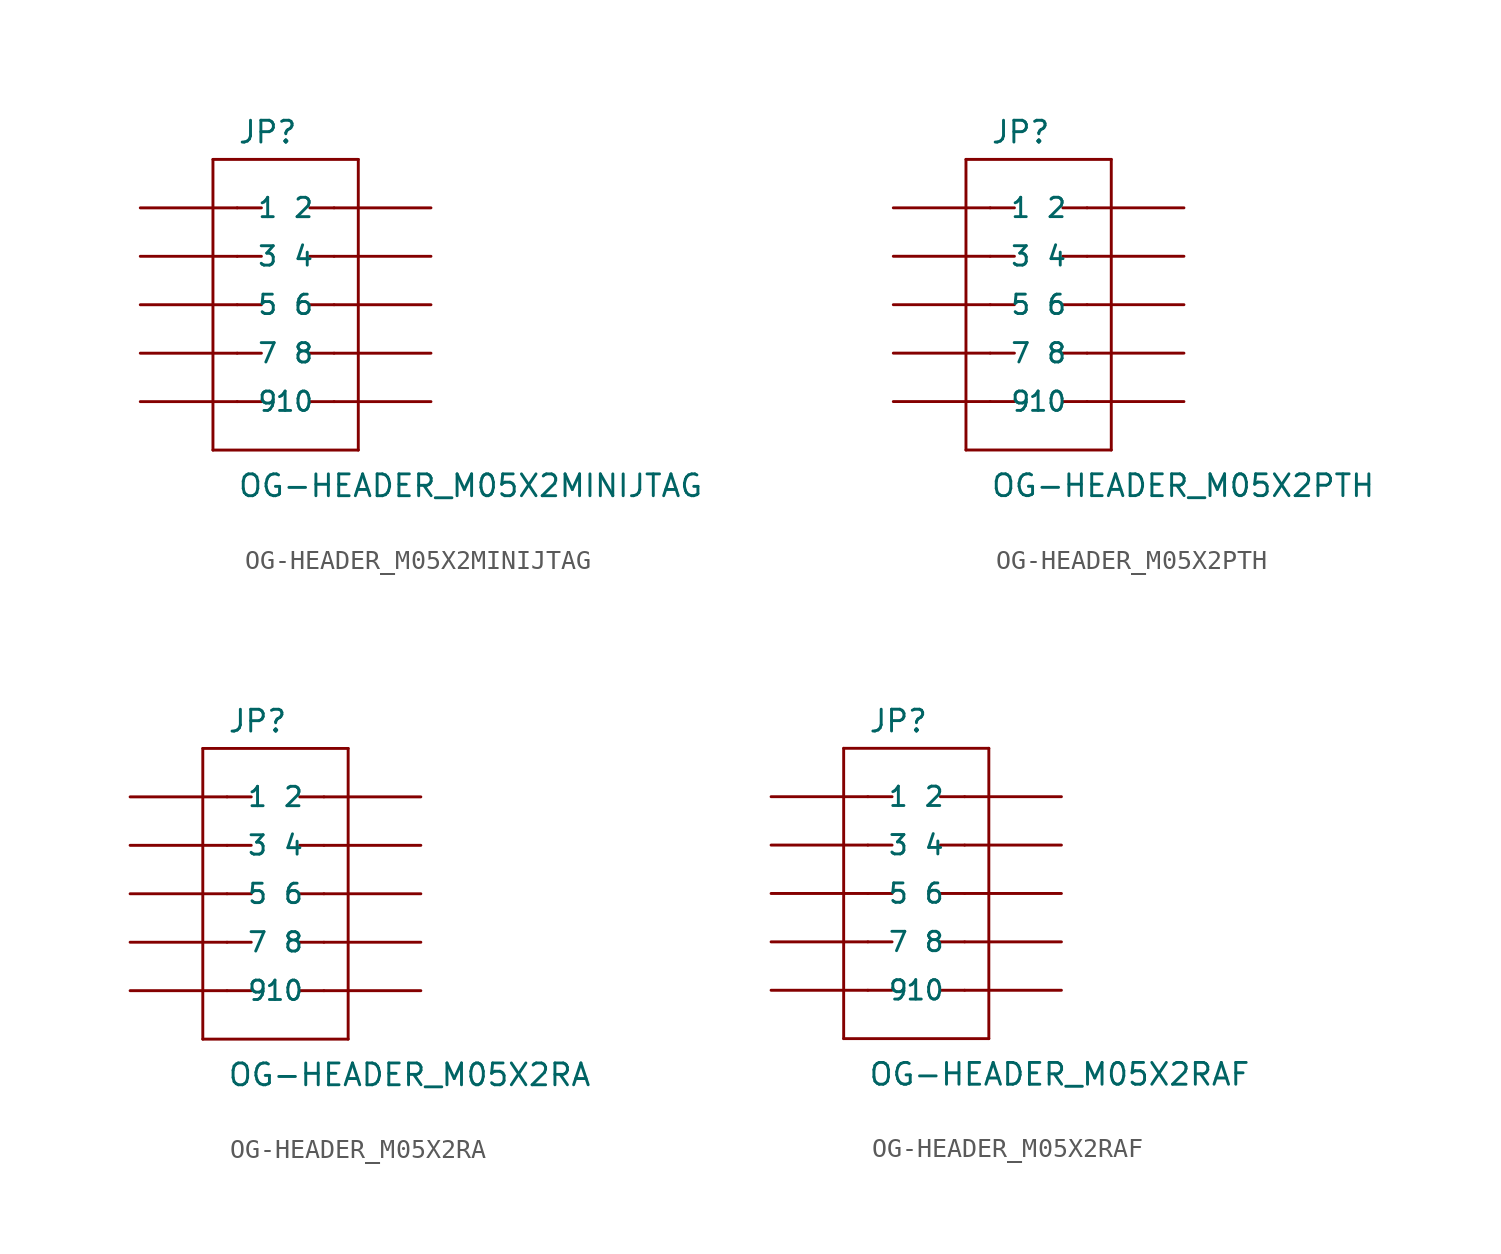
<source format=kicad_sym>
(kicad_symbol_lib
  (version 20210619)
  (generator kicad_symbol_editor)
  (symbol "OG-HEADER_M05X2MINIJTAG"
    (pin_numbers hide)
    (pin_names
      (offset 1.016))
    (property "Reference" "JP"
      (at -2.54 8.382 0)
      (effects (font (size 1.143 1.143)) (justify left bottom)))
    (property "Value" "OG-HEADER_M05X2MINIJTAG"
      (at -2.54 -10.16 0)
      (effects (font (size 1.143 1.143)) (justify left bottom)))
    (property "ki_locked" ""
      (at 0 0 0)
      (effects (font (size 1.27 1.27))))
    (symbol "OG-HEADER_M05X2MINIJTAG_1_0"
      (polyline (pts (xy -3.81 7.62) (xy -3.81 -7.62)) (stroke (width 0)) (fill (type none)))
      (polyline (pts (xy -3.81 7.62) (xy 3.81 7.62)) (stroke (width 0)) (fill (type none)))
      (polyline (pts (xy -1.27 -5.08) (xy -2.54 -5.08)) (stroke (width 0)) (fill (type none)))
      (polyline (pts (xy -1.27 -2.54) (xy -2.54 -2.54)) (stroke (width 0)) (fill (type none)))
      (polyline (pts (xy -1.27 0) (xy -2.54 0)) (stroke (width 0)) (fill (type none)))
      (polyline (pts (xy -1.27 2.54) (xy -2.54 2.54)) (stroke (width 0)) (fill (type none)))
      (polyline (pts (xy -1.27 5.08) (xy -2.54 5.08)) (stroke (width 0)) (fill (type none)))
      (polyline (pts (xy 1.27 -5.08) (xy 2.54 -5.08)) (stroke (width 0)) (fill (type none)))
      (polyline (pts (xy 1.27 -2.54) (xy 2.54 -2.54)) (stroke (width 0)) (fill (type none)))
      (polyline (pts (xy 1.27 0) (xy 2.54 0)) (stroke (width 0)) (fill (type none)))
      (polyline (pts (xy 1.27 2.54) (xy 2.54 2.54)) (stroke (width 0)) (fill (type none)))
      (polyline (pts (xy 1.27 5.08) (xy 2.54 5.08)) (stroke (width 0)) (fill (type none)))
      (polyline (pts (xy 3.81 -7.62) (xy -3.81 -7.62)) (stroke (width 0)) (fill (type none)))
      (polyline (pts (xy 3.81 -7.62) (xy 3.81 7.62)) (stroke (width 0)) (fill (type none))))
    (symbol "OG-HEADER_M05X2MINIJTAG_1_1"
      (pin passive line (at -7.62 5.08 0) (length 5.08) (name "1" (effects (font (size 1.016 1.016)))) (number "1" (effects (font (size 1.016 1.016)))))
      (pin passive line (at 7.62 -5.08 180) (length 5.08) (name "10" (effects (font (size 1.016 1.016)))) (number "10" (effects (font (size 1.016 1.016)))))
      (pin passive line (at 7.62 5.08 180) (length 5.08) (name "2" (effects (font (size 1.016 1.016)))) (number "2" (effects (font (size 1.016 1.016)))))
      (pin passive line (at -7.62 2.54 0) (length 5.08) (name "3" (effects (font (size 1.016 1.016)))) (number "3" (effects (font (size 1.016 1.016)))))
      (pin passive line (at 7.62 2.54 180) (length 5.08) (name "4" (effects (font (size 1.016 1.016)))) (number "4" (effects (font (size 1.016 1.016)))))
      (pin passive line (at -7.62 0 0) (length 5.08) (name "5" (effects (font (size 1.016 1.016)))) (number "5" (effects (font (size 1.016 1.016)))))
      (pin passive line (at 7.62 0 180) (length 5.08) (name "6" (effects (font (size 1.016 1.016)))) (number "6" (effects (font (size 1.016 1.016)))))
      (pin passive line (at -7.62 -2.54 0) (length 5.08) (name "7" (effects (font (size 1.016 1.016)))) (number "7" (effects (font (size 1.016 1.016)))))
      (pin passive line (at 7.62 -2.54 180) (length 5.08) (name "8" (effects (font (size 1.016 1.016)))) (number "8" (effects (font (size 1.016 1.016)))))
      (pin passive line (at -7.62 -5.08 0) (length 5.08) (name "9" (effects (font (size 1.016 1.016)))) (number "9" (effects (font (size 1.016 1.016)))))))
  (symbol "OG-HEADER_M05X2PTH"
    (pin_numbers hide)
    (pin_names
      (offset 1.016))
    (property "Reference" "JP"
      (at -2.54 8.382 0)
      (effects (font (size 1.143 1.143)) (justify left bottom)))
    (property "Value" "OG-HEADER_M05X2PTH"
      (at -2.54 -10.16 0)
      (effects (font (size 1.143 1.143)) (justify left bottom)))
    (property "ki_locked" ""
      (at 0 0 0)
      (effects (font (size 1.27 1.27))))
    (symbol "OG-HEADER_M05X2PTH_1_0"
      (polyline (pts (xy -3.81 7.62) (xy -3.81 -7.62)) (stroke (width 0)) (fill (type none)))
      (polyline (pts (xy -3.81 7.62) (xy 3.81 7.62)) (stroke (width 0)) (fill (type none)))
      (polyline (pts (xy -1.27 -5.08) (xy -2.54 -5.08)) (stroke (width 0)) (fill (type none)))
      (polyline (pts (xy -1.27 -2.54) (xy -2.54 -2.54)) (stroke (width 0)) (fill (type none)))
      (polyline (pts (xy -1.27 0) (xy -2.54 0)) (stroke (width 0)) (fill (type none)))
      (polyline (pts (xy -1.27 2.54) (xy -2.54 2.54)) (stroke (width 0)) (fill (type none)))
      (polyline (pts (xy -1.27 5.08) (xy -2.54 5.08)) (stroke (width 0)) (fill (type none)))
      (polyline (pts (xy 1.27 -5.08) (xy 2.54 -5.08)) (stroke (width 0)) (fill (type none)))
      (polyline (pts (xy 1.27 -2.54) (xy 2.54 -2.54)) (stroke (width 0)) (fill (type none)))
      (polyline (pts (xy 1.27 0) (xy 2.54 0)) (stroke (width 0)) (fill (type none)))
      (polyline (pts (xy 1.27 2.54) (xy 2.54 2.54)) (stroke (width 0)) (fill (type none)))
      (polyline (pts (xy 1.27 5.08) (xy 2.54 5.08)) (stroke (width 0)) (fill (type none)))
      (polyline (pts (xy 3.81 -7.62) (xy -3.81 -7.62)) (stroke (width 0)) (fill (type none)))
      (polyline (pts (xy 3.81 -7.62) (xy 3.81 7.62)) (stroke (width 0)) (fill (type none))))
    (symbol "OG-HEADER_M05X2PTH_1_1"
      (pin passive line (at -7.62 5.08 0) (length 5.08) (name "1" (effects (font (size 1.016 1.016)))) (number "1" (effects (font (size 1.016 1.016)))))
      (pin passive line (at 7.62 -5.08 180) (length 5.08) (name "10" (effects (font (size 1.016 1.016)))) (number "10" (effects (font (size 1.016 1.016)))))
      (pin passive line (at 7.62 5.08 180) (length 5.08) (name "2" (effects (font (size 1.016 1.016)))) (number "2" (effects (font (size 1.016 1.016)))))
      (pin passive line (at -7.62 2.54 0) (length 5.08) (name "3" (effects (font (size 1.016 1.016)))) (number "3" (effects (font (size 1.016 1.016)))))
      (pin passive line (at 7.62 2.54 180) (length 5.08) (name "4" (effects (font (size 1.016 1.016)))) (number "4" (effects (font (size 1.016 1.016)))))
      (pin passive line (at -7.62 0 0) (length 5.08) (name "5" (effects (font (size 1.016 1.016)))) (number "5" (effects (font (size 1.016 1.016)))))
      (pin passive line (at 7.62 0 180) (length 5.08) (name "6" (effects (font (size 1.016 1.016)))) (number "6" (effects (font (size 1.016 1.016)))))
      (pin passive line (at -7.62 -2.54 0) (length 5.08) (name "7" (effects (font (size 1.016 1.016)))) (number "7" (effects (font (size 1.016 1.016)))))
      (pin passive line (at 7.62 -2.54 180) (length 5.08) (name "8" (effects (font (size 1.016 1.016)))) (number "8" (effects (font (size 1.016 1.016)))))
      (pin passive line (at -7.62 -5.08 0) (length 5.08) (name "9" (effects (font (size 1.016 1.016)))) (number "9" (effects (font (size 1.016 1.016)))))))
  (symbol "OG-HEADER_M05X2RA"
    (pin_numbers hide)
    (pin_names
      (offset 1.016))
    (property "Reference" "JP"
      (at -2.54 8.382 0)
      (effects (font (size 1.143 1.143)) (justify left bottom)))
    (property "Value" "OG-HEADER_M05X2RA"
      (at -2.54 -10.16 0)
      (effects (font (size 1.143 1.143)) (justify left bottom)))
    (property "ki_locked" ""
      (at 0 0 0)
      (effects (font (size 1.27 1.27))))
    (symbol "OG-HEADER_M05X2RA_1_0"
      (polyline (pts (xy -3.81 7.62) (xy -3.81 -7.62)) (stroke (width 0)) (fill (type none)))
      (polyline (pts (xy -3.81 7.62) (xy 3.81 7.62)) (stroke (width 0)) (fill (type none)))
      (polyline (pts (xy -1.27 -5.08) (xy -2.54 -5.08)) (stroke (width 0)) (fill (type none)))
      (polyline (pts (xy -1.27 -2.54) (xy -2.54 -2.54)) (stroke (width 0)) (fill (type none)))
      (polyline (pts (xy -1.27 0) (xy -2.54 0)) (stroke (width 0)) (fill (type none)))
      (polyline (pts (xy -1.27 2.54) (xy -2.54 2.54)) (stroke (width 0)) (fill (type none)))
      (polyline (pts (xy -1.27 5.08) (xy -2.54 5.08)) (stroke (width 0)) (fill (type none)))
      (polyline (pts (xy 1.27 -5.08) (xy 2.54 -5.08)) (stroke (width 0)) (fill (type none)))
      (polyline (pts (xy 1.27 -2.54) (xy 2.54 -2.54)) (stroke (width 0)) (fill (type none)))
      (polyline (pts (xy 1.27 0) (xy 2.54 0)) (stroke (width 0)) (fill (type none)))
      (polyline (pts (xy 1.27 2.54) (xy 2.54 2.54)) (stroke (width 0)) (fill (type none)))
      (polyline (pts (xy 1.27 5.08) (xy 2.54 5.08)) (stroke (width 0)) (fill (type none)))
      (polyline (pts (xy 3.81 -7.62) (xy -3.81 -7.62)) (stroke (width 0)) (fill (type none)))
      (polyline (pts (xy 3.81 -7.62) (xy 3.81 7.62)) (stroke (width 0)) (fill (type none))))
    (symbol "OG-HEADER_M05X2RA_1_1"
      (pin passive line (at -7.62 5.08 0) (length 5.08) (name "1" (effects (font (size 1.016 1.016)))) (number "1" (effects (font (size 1.016 1.016)))))
      (pin passive line (at 7.62 -5.08 180) (length 5.08) (name "10" (effects (font (size 1.016 1.016)))) (number "10" (effects (font (size 1.016 1.016)))))
      (pin passive line (at 7.62 5.08 180) (length 5.08) (name "2" (effects (font (size 1.016 1.016)))) (number "2" (effects (font (size 1.016 1.016)))))
      (pin passive line (at -7.62 2.54 0) (length 5.08) (name "3" (effects (font (size 1.016 1.016)))) (number "3" (effects (font (size 1.016 1.016)))))
      (pin passive line (at 7.62 2.54 180) (length 5.08) (name "4" (effects (font (size 1.016 1.016)))) (number "4" (effects (font (size 1.016 1.016)))))
      (pin passive line (at -7.62 0 0) (length 5.08) (name "5" (effects (font (size 1.016 1.016)))) (number "5" (effects (font (size 1.016 1.016)))))
      (pin passive line (at 7.62 0 180) (length 5.08) (name "6" (effects (font (size 1.016 1.016)))) (number "6" (effects (font (size 1.016 1.016)))))
      (pin passive line (at -7.62 -2.54 0) (length 5.08) (name "7" (effects (font (size 1.016 1.016)))) (number "7" (effects (font (size 1.016 1.016)))))
      (pin passive line (at 7.62 -2.54 180) (length 5.08) (name "8" (effects (font (size 1.016 1.016)))) (number "8" (effects (font (size 1.016 1.016)))))
      (pin passive line (at -7.62 -5.08 0) (length 5.08) (name "9" (effects (font (size 1.016 1.016)))) (number "9" (effects (font (size 1.016 1.016)))))))
  (symbol "OG-HEADER_M05X2RAF"
    (pin_numbers hide)
    (pin_names
      (offset 1.016))
    (property "Reference" "JP"
      (at -2.54 8.382 0)
      (effects (font (size 1.143 1.143)) (justify left bottom)))
    (property "Value" "OG-HEADER_M05X2RAF"
      (at -2.54 -10.16 0)
      (effects (font (size 1.143 1.143)) (justify left bottom)))
    (property "ki_locked" ""
      (at 0 0 0)
      (effects (font (size 1.27 1.27))))
    (symbol "OG-HEADER_M05X2RAF_1_0"
      (polyline (pts (xy -3.81 7.62) (xy -3.81 -7.62)) (stroke (width 0)) (fill (type none)))
      (polyline (pts (xy -3.81 7.62) (xy 3.81 7.62)) (stroke (width 0)) (fill (type none)))
      (polyline (pts (xy -1.27 -5.08) (xy -2.54 -5.08)) (stroke (width 0)) (fill (type none)))
      (polyline (pts (xy -1.27 -2.54) (xy -2.54 -2.54)) (stroke (width 0)) (fill (type none)))
      (polyline (pts (xy -1.27 0) (xy -2.54 0)) (stroke (width 0)) (fill (type none)))
      (polyline (pts (xy -1.27 2.54) (xy -2.54 2.54)) (stroke (width 0)) (fill (type none)))
      (polyline (pts (xy -1.27 5.08) (xy -2.54 5.08)) (stroke (width 0)) (fill (type none)))
      (polyline (pts (xy 1.27 -5.08) (xy 2.54 -5.08)) (stroke (width 0)) (fill (type none)))
      (polyline (pts (xy 1.27 -2.54) (xy 2.54 -2.54)) (stroke (width 0)) (fill (type none)))
      (polyline (pts (xy 1.27 0) (xy 2.54 0)) (stroke (width 0)) (fill (type none)))
      (polyline (pts (xy 1.27 2.54) (xy 2.54 2.54)) (stroke (width 0)) (fill (type none)))
      (polyline (pts (xy 1.27 5.08) (xy 2.54 5.08)) (stroke (width 0)) (fill (type none)))
      (polyline (pts (xy 3.81 -7.62) (xy -3.81 -7.62)) (stroke (width 0)) (fill (type none)))
      (polyline (pts (xy 3.81 -7.62) (xy 3.81 7.62)) (stroke (width 0)) (fill (type none))))
    (symbol "OG-HEADER_M05X2RAF_1_1"
      (pin passive line (at -7.62 5.08 0) (length 5.08) (name "1" (effects (font (size 1.016 1.016)))) (number "1" (effects (font (size 1.016 1.016)))))
      (pin passive line (at 7.62 -5.08 180) (length 5.08) (name "10" (effects (font (size 1.016 1.016)))) (number "10" (effects (font (size 1.016 1.016)))))
      (pin passive line (at 7.62 5.08 180) (length 5.08) (name "2" (effects (font (size 1.016 1.016)))) (number "2" (effects (font (size 1.016 1.016)))))
      (pin passive line (at -7.62 2.54 0) (length 5.08) (name "3" (effects (font (size 1.016 1.016)))) (number "3" (effects (font (size 1.016 1.016)))))
      (pin passive line (at 7.62 2.54 180) (length 5.08) (name "4" (effects (font (size 1.016 1.016)))) (number "4" (effects (font (size 1.016 1.016)))))
      (pin passive line (at -7.62 0 0) (length 5.08) (name "5" (effects (font (size 1.016 1.016)))) (number "5" (effects (font (size 1.016 1.016)))))
      (pin passive line (at 7.62 0 180) (length 5.08) (name "6" (effects (font (size 1.016 1.016)))) (number "6" (effects (font (size 1.016 1.016)))))
      (pin passive line (at -7.62 -2.54 0) (length 5.08) (name "7" (effects (font (size 1.016 1.016)))) (number "7" (effects (font (size 1.016 1.016)))))
      (pin passive line (at 7.62 -2.54 180) (length 5.08) (name "8" (effects (font (size 1.016 1.016)))) (number "8" (effects (font (size 1.016 1.016)))))
      (pin passive line (at -7.62 -5.08 0) (length 5.08) (name "9" (effects (font (size 1.016 1.016)))) (number "9" (effects (font (size 1.016 1.016))))))))
</source>
